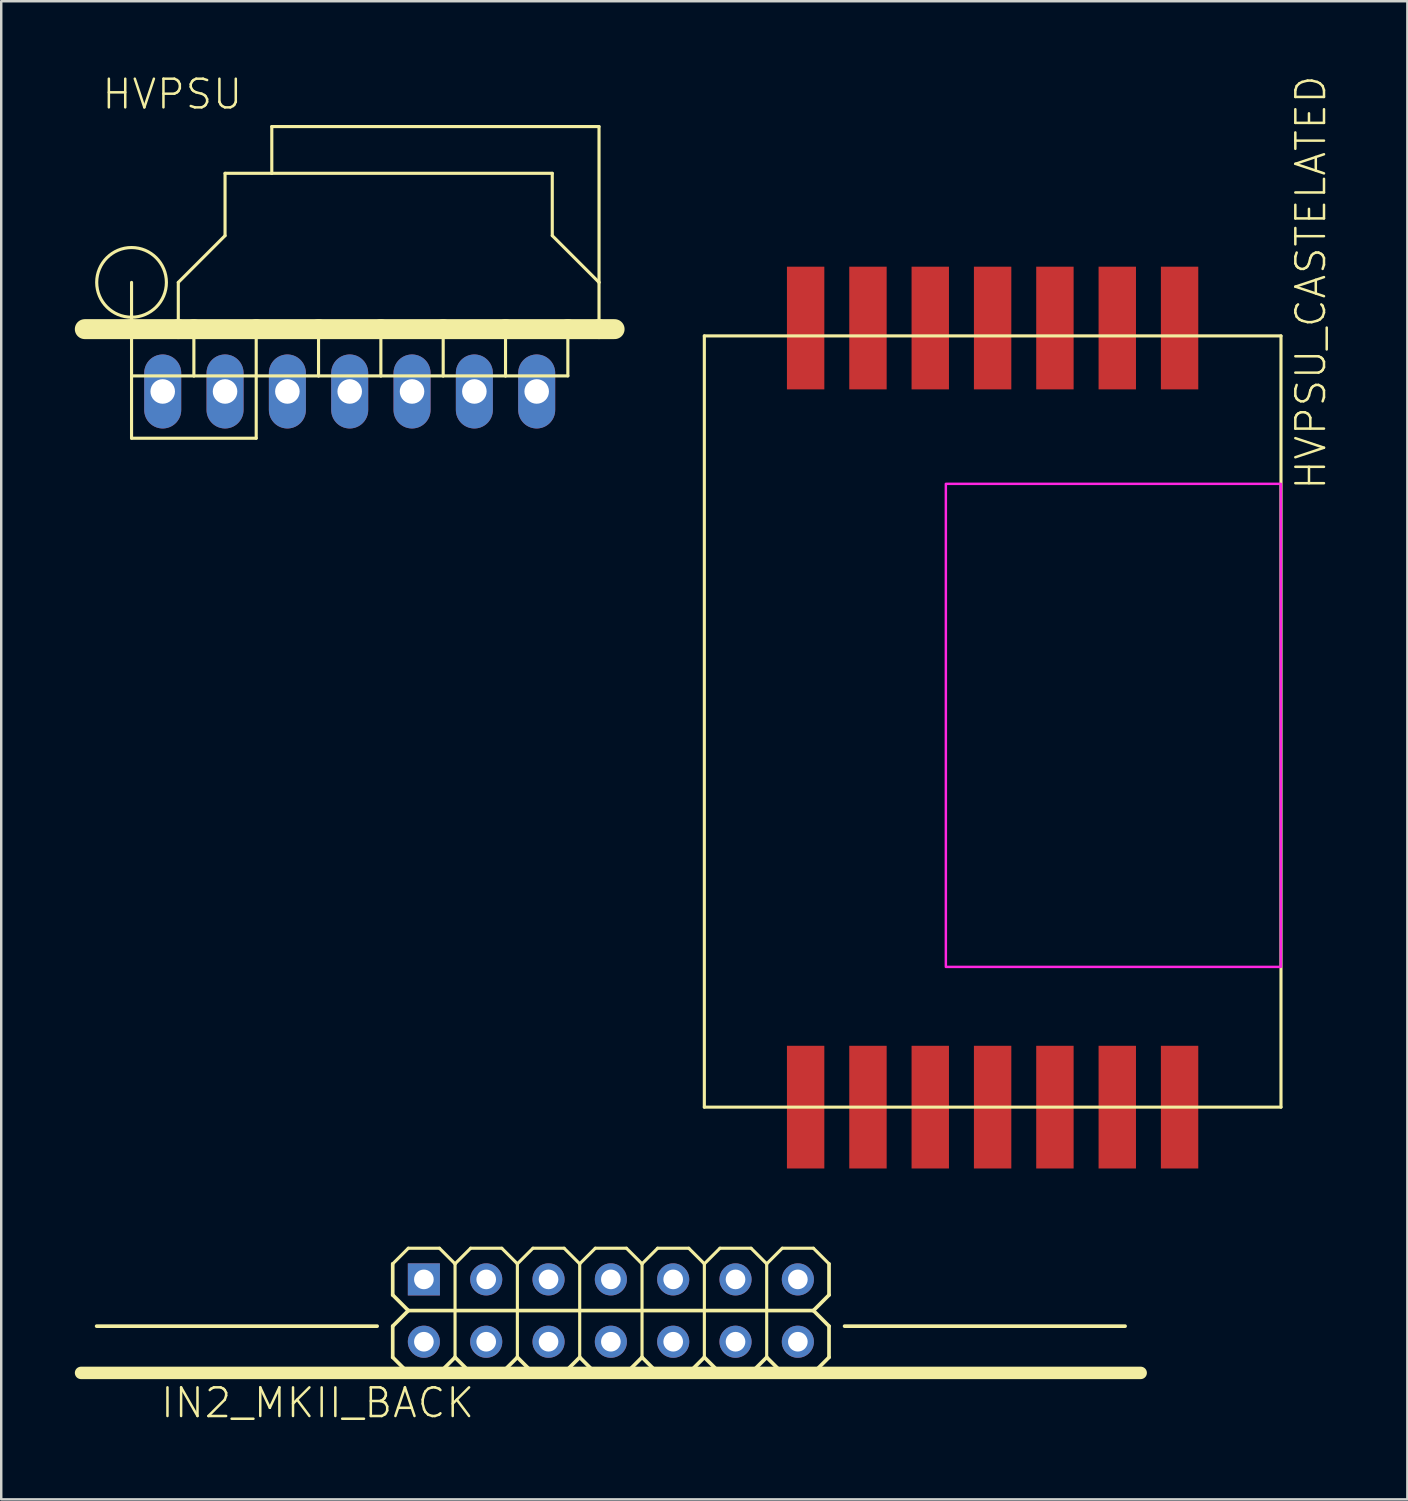
<source format=kicad_pcb>
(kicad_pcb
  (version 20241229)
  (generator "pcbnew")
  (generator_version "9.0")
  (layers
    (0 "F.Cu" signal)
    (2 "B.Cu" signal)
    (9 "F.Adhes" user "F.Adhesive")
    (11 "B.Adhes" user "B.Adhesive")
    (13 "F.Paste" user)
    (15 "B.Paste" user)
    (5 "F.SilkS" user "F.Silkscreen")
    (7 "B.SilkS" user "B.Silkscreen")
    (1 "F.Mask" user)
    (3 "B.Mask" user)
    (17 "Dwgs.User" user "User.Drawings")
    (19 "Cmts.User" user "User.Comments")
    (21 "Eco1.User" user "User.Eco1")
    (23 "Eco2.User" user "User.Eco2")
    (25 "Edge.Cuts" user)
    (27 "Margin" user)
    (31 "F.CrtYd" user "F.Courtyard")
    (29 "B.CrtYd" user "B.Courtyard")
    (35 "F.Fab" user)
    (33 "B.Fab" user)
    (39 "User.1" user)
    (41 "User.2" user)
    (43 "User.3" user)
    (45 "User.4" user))
  (footprint "HVPSU_CASTELATED"
    (layer "F.Cu")
    (at 25.653 42.068)
    (property "Reference" "HVPSU_CASTELATED" (at 25.4 -25.082 90) (layer "F.SilkS") (effects (font (size 1.168 1.168) (thickness 0.102)) (justify left bottom)))
    (fp_line (start 0 -31.43) (end 23.5 -31.43) (stroke (width 0.127) (type solid)) (layer "F.SilkS"))
    (fp_line (start 0 0) (end 0 -31.43) (stroke (width 0.127) (type solid)) (layer "F.SilkS"))
    (fp_line (start 23.5 -31.43) (end 23.5 0) (stroke (width 0.127) (type solid)) (layer "F.SilkS"))
    (fp_line (start 23.5 0) (end 0 0) (stroke (width 0.127) (type solid)) (layer "F.SilkS"))
    (fp_poly (pts (xy 9.842 -5.715) (xy 23.495 -5.715) (xy 23.495 -25.4) (xy 9.842 -25.4)) (stroke (width 0.1) (type default)) (fill no) (layer "F.CrtYd"))
    (pad "P$1" smd rect (at 4.128 -31.75) (size 1.524 5) (layers "F.Cu" "F.Mask" "F.Paste"))
    (pad "P$2" smd rect (at 6.668 -31.75) (size 1.524 5) (layers "F.Cu" "F.Mask" "F.Paste"))
    (pad "P$3" smd rect (at 9.207 -31.75) (size 1.524 5) (layers "F.Cu" "F.Mask" "F.Paste"))
    (pad "P$4" smd rect (at 11.748 -31.75) (size 1.524 5) (layers "F.Cu" "F.Mask" "F.Paste"))
    (pad "P$5" smd rect (at 14.287 -31.75) (size 1.524 5) (layers "F.Cu" "F.Mask" "F.Paste"))
    (pad "P$6" smd rect (at 16.828 -31.75) (size 1.524 5) (layers "F.Cu" "F.Mask" "F.Paste"))
    (pad "P$7" smd rect (at 19.367 -31.75) (size 1.524 5) (layers "F.Cu" "F.Mask" "F.Paste"))
    (pad "P$8" smd rect (at 19.367 0) (size 1.524 5) (layers "F.Cu" "F.Mask" "F.Paste"))
    (pad "P$9" smd rect (at 16.828 0) (size 1.524 5) (layers "F.Cu" "F.Mask" "F.Paste"))
    (pad "P$10" smd rect (at 14.287 0) (size 1.524 5) (layers "F.Cu" "F.Mask" "F.Paste"))
    (pad "P$11" smd rect (at 11.748 0) (size 1.524 5) (layers "F.Cu" "F.Mask" "F.Paste"))
    (pad "P$12" smd rect (at 9.207 0) (size 1.524 5) (layers "F.Cu" "F.Mask" "F.Paste"))
    (pad "P$13" smd rect (at 6.668 0) (size 1.524 5) (layers "F.Cu" "F.Mask" "F.Paste"))
    (pad "P$14" smd rect (at 4.128 0) (size 1.524 5) (layers "F.Cu" "F.Mask" "F.Paste")))
  (footprint "IN2_MKII_BACK"
    (layer "F.Cu")
    (at 21.844 47.818)
    (property "Reference" "IN2_MKII_BACK" (at -18.415 6.985 0) (layer "F.SilkS") (effects (font (size 1.168 1.168) (thickness 0.102)) (justify left bottom)))
    (fp_line (start -21.59 5.08) (end 21.59 5.08) (stroke (width 0.508) (type solid)) (layer "F.SilkS"))
    (fp_line (start -20.955 3.175) (end -9.525 3.175) (stroke (width 0.15) (type solid)) (layer "F.SilkS"))
    (fp_line (start -8.89 0.635) (end -8.255 0) (stroke (width 0.127) (type solid)) (layer "F.SilkS"))
    (fp_line (start -8.89 1.905) (end -8.89 0.635) (stroke (width 0.15) (type solid)) (layer "F.SilkS"))
    (fp_line (start -8.89 1.905) (end -8.255 2.54) (stroke (width 0.15) (type solid)) (layer "F.SilkS"))
    (fp_line (start -8.89 3.175) (end -8.255 2.54) (stroke (width 0.15) (type solid)) (layer "F.SilkS"))
    (fp_line (start -8.89 4.445) (end -8.89 3.175) (stroke (width 0.15) (type solid)) (layer "F.SilkS"))
    (fp_line (start -8.255 0) (end -6.985 0) (stroke (width 0.127) (type solid)) (layer "F.SilkS"))
    (fp_line (start -8.255 2.54) (end 8.255 2.54) (stroke (width 0.15) (type solid)) (layer "F.SilkS"))
    (fp_line (start -8.255 5.08) (end -8.89 4.445) (stroke (width 0.15) (type solid)) (layer "F.SilkS"))
    (fp_line (start -8.255 5.08) (end -6.985 5.08) (stroke (width 0.15) (type solid)) (layer "F.SilkS"))
    (fp_line (start -6.985 0) (end -6.35 0.635) (stroke (width 0.127) (type solid)) (layer "F.SilkS"))
    (fp_line (start -6.985 5.08) (end -6.35 4.445) (stroke (width 0.15) (type solid)) (layer "F.SilkS"))
    (fp_line (start -6.35 0.635) (end -6.35 4.445) (stroke (width 0.127) (type solid)) (layer "F.SilkS"))
    (fp_line (start -6.35 0.635) (end -5.715 0) (stroke (width 0.127) (type solid)) (layer "F.SilkS"))
    (fp_line (start -6.35 4.445) (end -5.715 5.08) (stroke (width 0.15) (type solid)) (layer "F.SilkS"))
    (fp_line (start -5.715 0) (end -4.445 0) (stroke (width 0.127) (type solid)) (layer "F.SilkS"))
    (fp_line (start -5.715 5.08) (end -4.445 5.08) (stroke (width 0.15) (type solid)) (layer "F.SilkS"))
    (fp_line (start -4.445 0) (end -3.81 0.635) (stroke (width 0.127) (type solid)) (layer "F.SilkS"))
    (fp_line (start -4.445 5.08) (end -3.81 4.445) (stroke (width 0.15) (type solid)) (layer "F.SilkS"))
    (fp_line (start -3.81 0.635) (end -3.81 4.445) (stroke (width 0.127) (type solid)) (layer "F.SilkS"))
    (fp_line (start -3.81 0.635) (end -3.175 0) (stroke (width 0.127) (type solid)) (layer "F.SilkS"))
    (fp_line (start -3.81 4.445) (end -3.175 5.08) (stroke (width 0.15) (type solid)) (layer "F.SilkS"))
    (fp_line (start -3.175 0) (end -1.905 0) (stroke (width 0.127) (type solid)) (layer "F.SilkS"))
    (fp_line (start -3.175 5.08) (end -1.905 5.08) (stroke (width 0.15) (type solid)) (layer "F.SilkS"))
    (fp_line (start -1.905 0) (end -1.27 0.635) (stroke (width 0.127) (type solid)) (layer "F.SilkS"))
    (fp_line (start -1.905 5.08) (end -1.27 4.445) (stroke (width 0.15) (type solid)) (layer "F.SilkS"))
    (fp_line (start -1.27 0.635) (end -1.27 4.445) (stroke (width 0.127) (type solid)) (layer "F.SilkS"))
    (fp_line (start -1.27 0.635) (end -0.635 0) (stroke (width 0.127) (type solid)) (layer "F.SilkS"))
    (fp_line (start -1.27 4.445) (end -0.635 5.08) (stroke (width 0.15) (type solid)) (layer "F.SilkS"))
    (fp_line (start -0.635 0) (end 0.635 0) (stroke (width 0.127) (type solid)) (layer "F.SilkS"))
    (fp_line (start -0.635 5.08) (end 0.635 5.08) (stroke (width 0.15) (type solid)) (layer "F.SilkS"))
    (fp_line (start 0.635 0) (end 1.27 0.635) (stroke (width 0.127) (type solid)) (layer "F.SilkS"))
    (fp_line (start 0.635 5.08) (end 1.27 4.445) (stroke (width 0.15) (type solid)) (layer "F.SilkS"))
    (fp_line (start 1.27 0.635) (end 1.27 4.445) (stroke (width 0.127) (type solid)) (layer "F.SilkS"))
    (fp_line (start 1.27 0.635) (end 1.905 0) (stroke (width 0.127) (type solid)) (layer "F.SilkS"))
    (fp_line (start 1.27 4.445) (end 1.905 5.08) (stroke (width 0.15) (type solid)) (layer "F.SilkS"))
    (fp_line (start 1.905 0) (end 3.175 0) (stroke (width 0.127) (type solid)) (layer "F.SilkS"))
    (fp_line (start 1.905 5.08) (end 3.175 5.08) (stroke (width 0.15) (type solid)) (layer "F.SilkS"))
    (fp_line (start 3.175 0) (end 3.81 0.635) (stroke (width 0.127) (type solid)) (layer "F.SilkS"))
    (fp_line (start 3.175 5.08) (end 3.81 4.445) (stroke (width 0.15) (type solid)) (layer "F.SilkS"))
    (fp_line (start 3.81 0.635) (end 4.445 0) (stroke (width 0.127) (type solid)) (layer "F.SilkS"))
    (fp_line (start 3.81 4.445) (end 3.81 0.635) (stroke (width 0.127) (type solid)) (layer "F.SilkS"))
    (fp_line (start 3.81 4.445) (end 4.445 5.08) (stroke (width 0.15) (type solid)) (layer "F.SilkS"))
    (fp_line (start 4.445 0) (end 5.715 0) (stroke (width 0.127) (type solid)) (layer "F.SilkS"))
    (fp_line (start 4.445 5.08) (end 5.715 5.08) (stroke (width 0.15) (type solid)) (layer "F.SilkS"))
    (fp_line (start 5.715 0) (end 6.35 0.635) (stroke (width 0.127) (type solid)) (layer "F.SilkS"))
    (fp_line (start 5.715 5.08) (end 6.35 4.445) (stroke (width 0.15) (type solid)) (layer "F.SilkS"))
    (fp_line (start 6.35 0.635) (end 6.35 4.445) (stroke (width 0.127) (type solid)) (layer "F.SilkS"))
    (fp_line (start 6.35 0.635) (end 6.985 0) (stroke (width 0.127) (type solid)) (layer "F.SilkS"))
    (fp_line (start 6.35 4.445) (end 6.985 5.08) (stroke (width 0.15) (type solid)) (layer "F.SilkS"))
    (fp_line (start 6.985 0) (end 8.255 0) (stroke (width 0.127) (type solid)) (layer "F.SilkS"))
    (fp_line (start 6.985 5.08) (end 8.255 5.08) (stroke (width 0.15) (type solid)) (layer "F.SilkS"))
    (fp_line (start 8.255 0) (end 8.89 0.635) (stroke (width 0.127) (type solid)) (layer "F.SilkS"))
    (fp_line (start 8.255 2.54) (end 8.89 1.905) (stroke (width 0.15) (type solid)) (layer "F.SilkS"))
    (fp_line (start 8.255 2.54) (end 8.89 3.175) (stroke (width 0.15) (type solid)) (layer "F.SilkS"))
    (fp_line (start 8.89 1.905) (end 8.89 0.635) (stroke (width 0.15) (type solid)) (layer "F.SilkS"))
    (fp_line (start 8.89 3.175) (end 8.89 4.445) (stroke (width 0.15) (type solid)) (layer "F.SilkS"))
    (fp_line (start 8.89 4.445) (end 8.255 5.08) (stroke (width 0.15) (type solid)) (layer "F.SilkS"))
    (fp_line (start 20.955 3.175) (end 9.525 3.175) (stroke (width 0.15) (type solid)) (layer "F.SilkS"))
    (pad "P$1" thru_hole rect (at -7.62 1.27) (size 1.308 1.308) (drill 0.8) (layers "*.Cu" "*.Mask"))
    (pad "P$2" thru_hole circle (at -5.08 1.27) (size 1.308 1.308) (drill 0.8) (layers "*.Cu" "*.Mask"))
    (pad "P$3" thru_hole circle (at -2.54 1.27) (size 1.308 1.308) (drill 0.8) (layers "*.Cu" "*.Mask"))
    (pad "P$4" thru_hole circle (at 0 1.27) (size 1.308 1.308) (drill 0.8) (layers "*.Cu" "*.Mask"))
    (pad "P$5" thru_hole circle (at 2.54 1.27) (size 1.308 1.308) (drill 0.8) (layers "*.Cu" "*.Mask"))
    (pad "P$6" thru_hole circle (at 5.08 1.27) (size 1.308 1.308) (drill 0.8) (layers "*.Cu" "*.Mask"))
    (pad "P$7" thru_hole circle (at 7.62 1.27) (size 1.308 1.308) (drill 0.8) (layers "*.Cu" "*.Mask"))
    (pad "P$8" thru_hole circle (at -7.62 3.81) (size 1.308 1.308) (drill 0.8) (layers "*.Cu" "*.Mask"))
    (pad "P$9" thru_hole circle (at -5.08 3.81) (size 1.308 1.308) (drill 0.8) (layers "*.Cu" "*.Mask"))
    (pad "P$10" thru_hole circle (at -2.54 3.81) (size 1.308 1.308) (drill 0.8) (layers "*.Cu" "*.Mask"))
    (pad "P$11" thru_hole circle (at 0 3.81) (size 1.308 1.308) (drill 0.8) (layers "*.Cu" "*.Mask"))
    (pad "P$12" thru_hole circle (at 2.54 3.81) (size 1.308 1.308) (drill 0.8) (layers "*.Cu" "*.Mask"))
    (pad "P$13" thru_hole circle (at 5.08 3.81) (size 1.308 1.308) (drill 0.8) (layers "*.Cu" "*.Mask"))
    (pad "P$14" thru_hole circle (at 7.62 3.81) (size 1.308 1.308) (drill 0.8) (layers "*.Cu" "*.Mask")))
  (footprint "HVPSU"
    (layer "F.Cu")
    (at 11.201 9.093)
    (property "Reference" "HVPSU" (at -10.16 -7.62 0) (layer "F.SilkS") (effects (font (size 1.168 1.168) (thickness 0.102)) (justify left bottom)))
    (fp_line (start -10.795 1.27) (end -8.89 1.27) (stroke (width 0.813) (type solid)) (layer "F.SilkS"))
    (fp_line (start -8.89 -0.635) (end -8.89 1.27) (stroke (width 0.127) (type solid)) (layer "F.SilkS"))
    (fp_line (start -8.89 1.27) (end -6.985 1.27) (stroke (width 0.813) (type solid)) (layer "F.SilkS"))
    (fp_line (start -8.89 3.175) (end -8.89 1.27) (stroke (width 0.127) (type solid)) (layer "F.SilkS"))
    (fp_line (start -8.89 5.715) (end -8.89 3.175) (stroke (width 0.127) (type solid)) (layer "F.SilkS"))
    (fp_line (start -6.985 -0.635) (end -6.985 1.27) (stroke (width 0.127) (type solid)) (layer "F.SilkS"))
    (fp_line (start -6.985 1.27) (end -6.35 1.27) (stroke (width 0.813) (type solid)) (layer "F.SilkS"))
    (fp_line (start -6.35 1.27) (end -3.81 1.27) (stroke (width 0.813) (type solid)) (layer "F.SilkS"))
    (fp_line (start -6.35 3.175) (end -8.89 3.175) (stroke (width 0.127) (type solid)) (layer "F.SilkS"))
    (fp_line (start -6.35 3.175) (end -6.35 1.27) (stroke (width 0.127) (type solid)) (layer "F.SilkS"))
    (fp_line (start -5.08 -5.08) (end -5.08 -2.54) (stroke (width 0.127) (type solid)) (layer "F.SilkS"))
    (fp_line (start -5.08 -2.54) (end -6.985 -0.635) (stroke (width 0.127) (type solid)) (layer "F.SilkS"))
    (fp_line (start -3.81 1.27) (end -1.27 1.27) (stroke (width 0.813) (type solid)) (layer "F.SilkS"))
    (fp_line (start -3.81 5.715) (end -8.89 5.715) (stroke (width 0.127) (type solid)) (layer "F.SilkS"))
    (fp_line (start -3.81 5.715) (end -3.81 1.27) (stroke (width 0.127) (type solid)) (layer "F.SilkS"))
    (fp_line (start -3.175 -6.985) (end -3.175 -5.08) (stroke (width 0.127) (type solid)) (layer "F.SilkS"))
    (fp_line (start -3.175 -6.985) (end 10.16 -6.985) (stroke (width 0.127) (type solid)) (layer "F.SilkS"))
    (fp_line (start -3.175 -5.08) (end -5.08 -5.08) (stroke (width 0.127) (type solid)) (layer "F.SilkS"))
    (fp_line (start -1.27 1.27) (end 1.27 1.27) (stroke (width 0.813) (type solid)) (layer "F.SilkS"))
    (fp_line (start -1.27 3.175) (end -6.35 3.175) (stroke (width 0.127) (type solid)) (layer "F.SilkS"))
    (fp_line (start -1.27 3.175) (end -1.27 1.27) (stroke (width 0.127) (type solid)) (layer "F.SilkS"))
    (fp_line (start 1.27 1.27) (end 3.81 1.27) (stroke (width 0.813) (type solid)) (layer "F.SilkS"))
    (fp_line (start 1.27 3.175) (end -1.27 3.175) (stroke (width 0.127) (type solid)) (layer "F.SilkS"))
    (fp_line (start 1.27 3.175) (end 1.27 1.27) (stroke (width 0.127) (type solid)) (layer "F.SilkS"))
    (fp_line (start 3.81 1.27) (end 6.35 1.27) (stroke (width 0.813) (type solid)) (layer "F.SilkS"))
    (fp_line (start 3.81 3.175) (end 1.27 3.175) (stroke (width 0.127) (type solid)) (layer "F.SilkS"))
    (fp_line (start 3.81 3.175) (end 3.81 1.27) (stroke (width 0.127) (type solid)) (layer "F.SilkS"))
    (fp_line (start 6.35 1.27) (end 8.89 1.27) (stroke (width 0.813) (type solid)) (layer "F.SilkS"))
    (fp_line (start 6.35 3.175) (end 3.81 3.175) (stroke (width 0.127) (type solid)) (layer "F.SilkS"))
    (fp_line (start 6.35 3.175) (end 6.35 1.27) (stroke (width 0.127) (type solid)) (layer "F.SilkS"))
    (fp_line (start 8.255 -5.08) (end -3.175 -5.08) (stroke (width 0.127) (type solid)) (layer "F.SilkS"))
    (fp_line (start 8.255 -2.54) (end 8.255 -5.08) (stroke (width 0.127) (type solid)) (layer "F.SilkS"))
    (fp_line (start 8.89 1.27) (end 8.89 3.175) (stroke (width 0.127) (type solid)) (layer "F.SilkS"))
    (fp_line (start 8.89 1.27) (end 10.16 1.27) (stroke (width 0.813) (type solid)) (layer "F.SilkS"))
    (fp_line (start 8.89 3.175) (end 6.35 3.175) (stroke (width 0.127) (type solid)) (layer "F.SilkS"))
    (fp_line (start 10.16 -6.985) (end 10.16 -0.635) (stroke (width 0.127) (type solid)) (layer "F.SilkS"))
    (fp_line (start 10.16 -0.635) (end 8.255 -2.54) (stroke (width 0.127) (type solid)) (layer "F.SilkS"))
    (fp_line (start 10.16 1.27) (end 10.16 -0.635) (stroke (width 0.127) (type solid)) (layer "F.SilkS"))
    (fp_line (start 10.16 1.27) (end 10.795 1.27) (stroke (width 0.813) (type solid)) (layer "F.SilkS"))
    (fp_circle (center -8.89 -0.635) (end -7.47 -0.635) (stroke (width 0.127) (type solid)) (fill no) (layer "F.SilkS"))
    (pad "GND" thru_hole oval (at 0 3.81 90) (size 3.016 1.508) (drill 1) (layers "*.Cu" "*.Mask"))
    (pad "GND" thru_hole oval (at 2.54 3.81 90) (size 3.016 1.508) (drill 1) (layers "*.Cu" "*.Mask"))
    (pad "GND" thru_hole oval (at 5.08 3.81 90) (size 3.016 1.508) (drill 1) (layers "*.Cu" "*.Mask"))
    (pad "PHV" thru_hole oval (at -7.62 3.81 90) (size 3.016 1.508) (drill 1) (layers "*.Cu" "*.Mask"))
    (pad "PI" thru_hole oval (at 7.62 3.81 90) (size 3.016 1.508) (drill 1) (layers "*.Cu" "*.Mask"))
    (pad "PPUL" thru_hole oval (at -5.08 3.81 90) (size 3.016 1.508) (drill 1) (layers "*.Cu" "*.Mask"))
    (pad "PREG" thru_hole oval (at -2.54 3.81 90) (size 3.016 1.508) (drill 1) (layers "*.Cu" "*.Mask")))
  (gr_rect
    (start -3 -3)
    (end 54.303 58.053)
    (stroke (width 0.1) (type default))
    (fill no)
    (layer "Edge.Cuts")))
</source>
